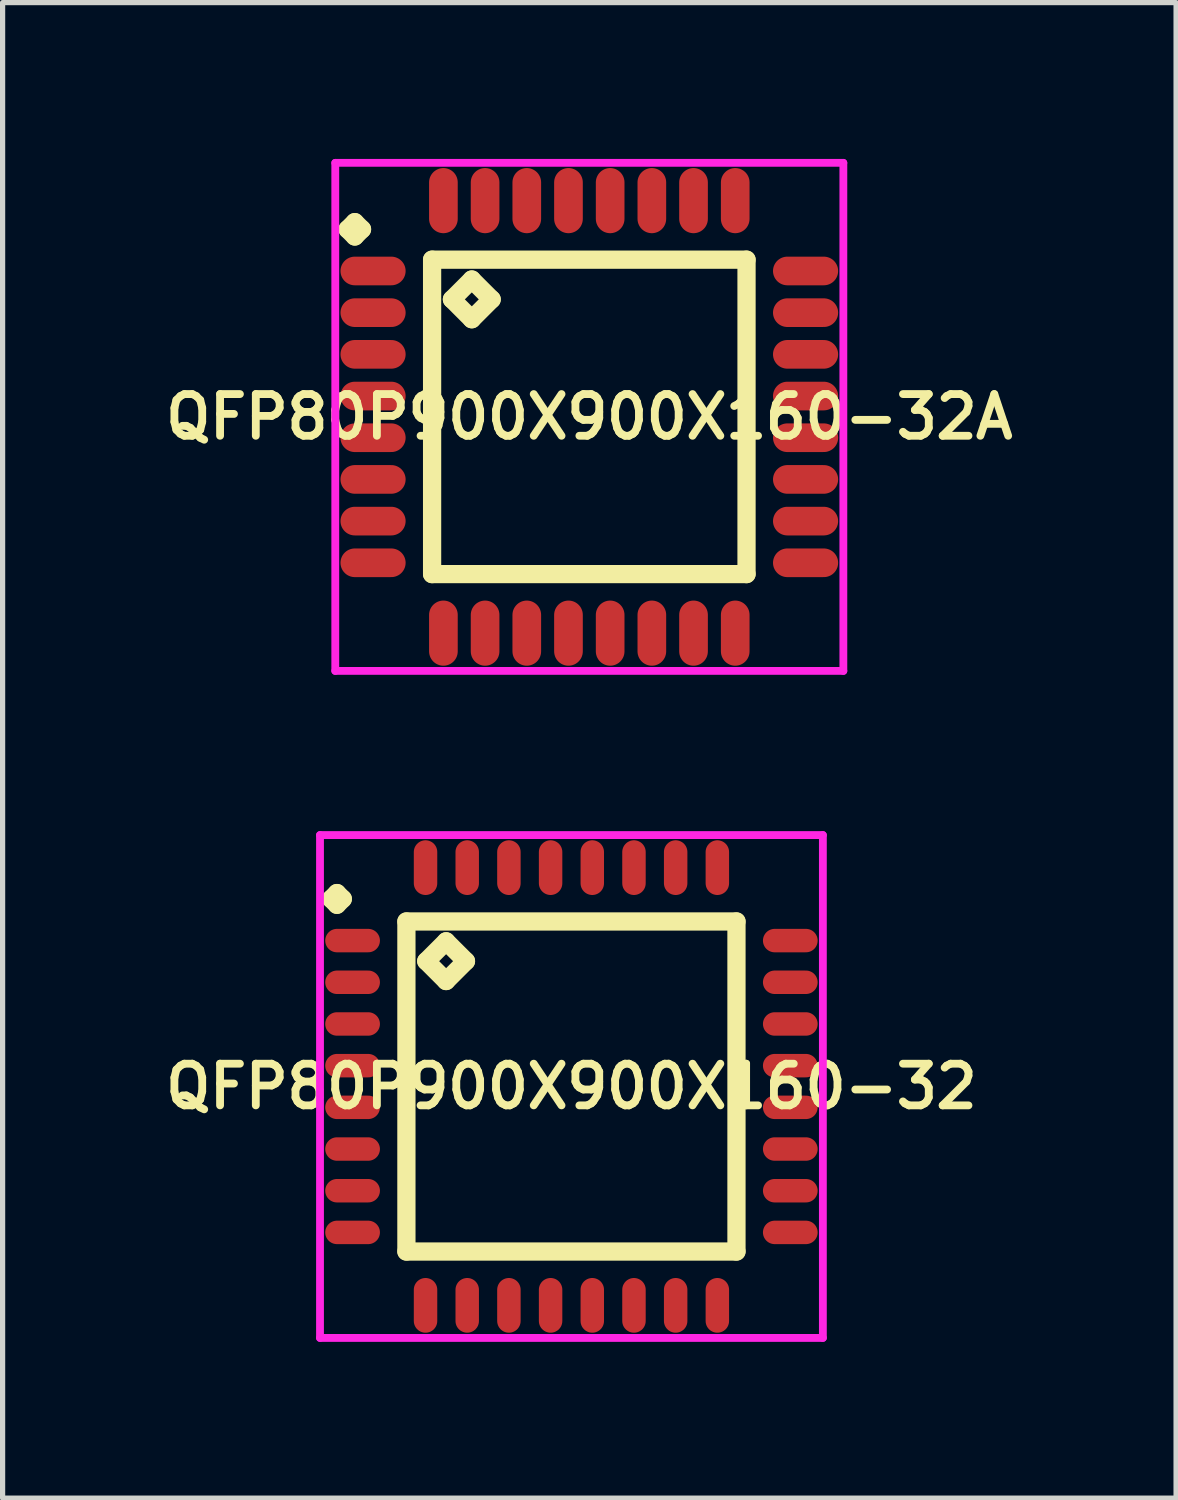
<source format=kicad_pcb>
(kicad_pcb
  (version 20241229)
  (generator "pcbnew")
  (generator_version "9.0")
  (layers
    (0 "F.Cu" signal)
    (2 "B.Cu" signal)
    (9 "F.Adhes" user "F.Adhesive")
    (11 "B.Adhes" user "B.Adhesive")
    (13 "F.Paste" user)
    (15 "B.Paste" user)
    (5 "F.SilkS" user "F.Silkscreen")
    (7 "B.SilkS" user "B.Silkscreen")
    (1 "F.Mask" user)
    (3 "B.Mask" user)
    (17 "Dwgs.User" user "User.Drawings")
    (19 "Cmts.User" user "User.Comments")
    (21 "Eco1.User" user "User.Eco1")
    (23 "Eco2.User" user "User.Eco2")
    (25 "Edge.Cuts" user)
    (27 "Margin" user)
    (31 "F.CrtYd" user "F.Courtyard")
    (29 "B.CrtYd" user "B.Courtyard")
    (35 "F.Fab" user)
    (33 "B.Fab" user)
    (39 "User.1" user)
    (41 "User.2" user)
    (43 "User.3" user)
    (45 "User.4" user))
  (footprint "QFP80P900X900X160-32A"
    (layer "F.Cu")
    (at 8.259 4.95)
    (property "Reference" "QFP80P900X900X160-32A" (at 0 0 0) (layer "F.SilkS") (effects (font (size 0.8 0.8) (thickness 0.15))))
    (attr smd)
    (fp_line (start -4.638 -3.6) (end -4.5 -3.737) (stroke (width 0.35) (type solid)) (layer "F.SilkS"))
    (fp_line (start -4.5 -3.737) (end -4.362 -3.6) (stroke (width 0.35) (type solid)) (layer "F.SilkS"))
    (fp_line (start -4.5 -3.462) (end -4.638 -3.6) (stroke (width 0.35) (type solid)) (layer "F.SilkS"))
    (fp_line (start -4.362 -3.6) (end -4.5 -3.462) (stroke (width 0.35) (type solid)) (layer "F.SilkS"))
    (fp_line (start -3.017 -3.017) (end -3.017 3.017) (stroke (width 0.35) (type solid)) (layer "F.SilkS"))
    (fp_line (start -3.017 3.017) (end 3.017 3.017) (stroke (width 0.35) (type solid)) (layer "F.SilkS"))
    (fp_line (start -2.636 -2.255) (end -2.255 -2.636) (stroke (width 0.35) (type solid)) (layer "F.SilkS"))
    (fp_line (start -2.255 -2.636) (end -1.874 -2.255) (stroke (width 0.35) (type solid)) (layer "F.SilkS"))
    (fp_line (start -2.255 -1.874) (end -2.636 -2.255) (stroke (width 0.35) (type solid)) (layer "F.SilkS"))
    (fp_line (start -1.874 -2.255) (end -2.255 -1.874) (stroke (width 0.35) (type solid)) (layer "F.SilkS"))
    (fp_line (start 3.017 -3.017) (end -3.017 -3.017) (stroke (width 0.35) (type solid)) (layer "F.SilkS"))
    (fp_line (start 3.017 3.017) (end 3.017 -3.017) (stroke (width 0.35) (type solid)) (layer "F.SilkS"))
    (fp_line (start -4.875 -4.875) (end 4.875 -4.875) (stroke (width 0.15) (type solid)) (layer "F.CrtYd"))
    (fp_line (start -4.875 4.875) (end -4.875 -4.875) (stroke (width 0.15) (type solid)) (layer "F.CrtYd"))
    (fp_line (start 4.875 -4.875) (end 4.875 4.875) (stroke (width 0.15) (type solid)) (layer "F.CrtYd"))
    (fp_line (start 4.875 4.875) (end -4.875 4.875) (stroke (width 0.15) (type solid)) (layer "F.CrtYd"))
    (pad "1" smd oval (at -4.15 -2.8) (size 1.25 0.55) (layers "F.Cu" "F.Mask" "F.Paste"))
    (pad "2" smd oval (at -4.15 -2) (size 1.25 0.55) (layers "F.Cu" "F.Mask" "F.Paste"))
    (pad "3" smd oval (at -4.15 -1.2) (size 1.25 0.55) (layers "F.Cu" "F.Mask" "F.Paste"))
    (pad "4" smd oval (at -4.15 -0.4) (size 1.25 0.55) (layers "F.Cu" "F.Mask" "F.Paste"))
    (pad "5" smd oval (at -4.15 0.4) (size 1.25 0.55) (layers "F.Cu" "F.Mask" "F.Paste"))
    (pad "6" smd oval (at -4.15 1.2) (size 1.25 0.55) (layers "F.Cu" "F.Mask" "F.Paste"))
    (pad "7" smd oval (at -4.15 2) (size 1.25 0.55) (layers "F.Cu" "F.Mask" "F.Paste"))
    (pad "8" smd oval (at -4.15 2.8) (size 1.25 0.55) (layers "F.Cu" "F.Mask" "F.Paste"))
    (pad "9" smd oval (at -2.8 4.15) (size 0.55 1.25) (layers "F.Cu" "F.Mask" "F.Paste"))
    (pad "10" smd oval (at -2 4.15) (size 0.55 1.25) (layers "F.Cu" "F.Mask" "F.Paste"))
    (pad "11" smd oval (at -1.2 4.15) (size 0.55 1.25) (layers "F.Cu" "F.Mask" "F.Paste"))
    (pad "12" smd oval (at -0.4 4.15) (size 0.55 1.25) (layers "F.Cu" "F.Mask" "F.Paste"))
    (pad "13" smd oval (at 0.4 4.15) (size 0.55 1.25) (layers "F.Cu" "F.Mask" "F.Paste"))
    (pad "14" smd oval (at 1.2 4.15) (size 0.55 1.25) (layers "F.Cu" "F.Mask" "F.Paste"))
    (pad "15" smd oval (at 2 4.15) (size 0.55 1.25) (layers "F.Cu" "F.Mask" "F.Paste"))
    (pad "16" smd oval (at 2.8 4.15) (size 0.55 1.25) (layers "F.Cu" "F.Mask" "F.Paste"))
    (pad "17" smd oval (at 4.15 2.8) (size 1.25 0.55) (layers "F.Cu" "F.Mask" "F.Paste"))
    (pad "18" smd oval (at 4.15 2) (size 1.25 0.55) (layers "F.Cu" "F.Mask" "F.Paste"))
    (pad "19" smd oval (at 4.15 1.2) (size 1.25 0.55) (layers "F.Cu" "F.Mask" "F.Paste"))
    (pad "20" smd oval (at 4.15 0.4) (size 1.25 0.55) (layers "F.Cu" "F.Mask" "F.Paste"))
    (pad "21" smd oval (at 4.15 -0.4) (size 1.25 0.55) (layers "F.Cu" "F.Mask" "F.Paste"))
    (pad "22" smd oval (at 4.15 -1.2) (size 1.25 0.55) (layers "F.Cu" "F.Mask" "F.Paste"))
    (pad "23" smd oval (at 4.15 -2) (size 1.25 0.55) (layers "F.Cu" "F.Mask" "F.Paste"))
    (pad "24" smd oval (at 4.15 -2.8) (size 1.25 0.55) (layers "F.Cu" "F.Mask" "F.Paste"))
    (pad "25" smd oval (at 2.8 -4.15) (size 0.55 1.25) (layers "F.Cu" "F.Mask" "F.Paste"))
    (pad "26" smd oval (at 2 -4.15) (size 0.55 1.25) (layers "F.Cu" "F.Mask" "F.Paste"))
    (pad "27" smd oval (at 1.2 -4.15) (size 0.55 1.25) (layers "F.Cu" "F.Mask" "F.Paste"))
    (pad "28" smd oval (at 0.4 -4.15) (size 0.55 1.25) (layers "F.Cu" "F.Mask" "F.Paste"))
    (pad "29" smd oval (at -0.4 -4.15) (size 0.55 1.25) (layers "F.Cu" "F.Mask" "F.Paste"))
    (pad "30" smd oval (at -1.2 -4.15) (size 0.55 1.25) (layers "F.Cu" "F.Mask" "F.Paste"))
    (pad "31" smd oval (at -2 -4.15) (size 0.55 1.25) (layers "F.Cu" "F.Mask" "F.Paste"))
    (pad "32" smd oval (at -2.8 -4.15) (size 0.55 1.25) (layers "F.Cu" "F.Mask" "F.Paste")))
  (footprint "QFP80P900X900X160-32"
    (layer "F.Cu")
    (at 7.916 17.8)
    (property "Reference" "QFP80P900X900X160-32" (at 0 0 0) (layer "F.SilkS") (effects (font (size 0.8 0.8) (thickness 0.15))))
    (attr smd)
    (fp_line (start -4.612 -3.6) (end -4.5 -3.712) (stroke (width 0.35) (type solid)) (layer "F.SilkS"))
    (fp_line (start -4.5 -3.712) (end -4.388 -3.6) (stroke (width 0.35) (type solid)) (layer "F.SilkS"))
    (fp_line (start -4.5 -3.487) (end -4.612 -3.6) (stroke (width 0.35) (type solid)) (layer "F.SilkS"))
    (fp_line (start -4.388 -3.6) (end -4.5 -3.487) (stroke (width 0.35) (type solid)) (layer "F.SilkS"))
    (fp_line (start -3.167 -3.167) (end -3.167 3.167) (stroke (width 0.35) (type solid)) (layer "F.SilkS"))
    (fp_line (start -3.167 3.167) (end 3.167 3.167) (stroke (width 0.35) (type solid)) (layer "F.SilkS"))
    (fp_line (start -2.786 -2.405) (end -2.405 -2.786) (stroke (width 0.35) (type solid)) (layer "F.SilkS"))
    (fp_line (start -2.405 -2.786) (end -2.024 -2.405) (stroke (width 0.35) (type solid)) (layer "F.SilkS"))
    (fp_line (start -2.405 -2.024) (end -2.786 -2.405) (stroke (width 0.35) (type solid)) (layer "F.SilkS"))
    (fp_line (start -2.024 -2.405) (end -2.405 -2.024) (stroke (width 0.35) (type solid)) (layer "F.SilkS"))
    (fp_line (start 3.167 -3.167) (end -3.167 -3.167) (stroke (width 0.35) (type solid)) (layer "F.SilkS"))
    (fp_line (start 3.167 3.167) (end 3.167 -3.167) (stroke (width 0.35) (type solid)) (layer "F.SilkS"))
    (fp_line (start -4.825 -4.825) (end 4.825 -4.825) (stroke (width 0.15) (type solid)) (layer "F.CrtYd"))
    (fp_line (start -4.825 4.825) (end -4.825 -4.825) (stroke (width 0.15) (type solid)) (layer "F.CrtYd"))
    (fp_line (start 4.825 -4.825) (end 4.825 4.825) (stroke (width 0.15) (type solid)) (layer "F.CrtYd"))
    (fp_line (start 4.825 4.825) (end -4.825 4.825) (stroke (width 0.15) (type solid)) (layer "F.CrtYd"))
    (pad "1" smd oval (at -4.2 -2.8) (size 1.05 0.45) (layers "F.Cu" "F.Mask" "F.Paste"))
    (pad "2" smd oval (at -4.2 -2) (size 1.05 0.45) (layers "F.Cu" "F.Mask" "F.Paste"))
    (pad "3" smd oval (at -4.2 -1.2) (size 1.05 0.45) (layers "F.Cu" "F.Mask" "F.Paste"))
    (pad "4" smd oval (at -4.2 -0.4) (size 1.05 0.45) (layers "F.Cu" "F.Mask" "F.Paste"))
    (pad "5" smd oval (at -4.2 0.4) (size 1.05 0.45) (layers "F.Cu" "F.Mask" "F.Paste"))
    (pad "6" smd oval (at -4.2 1.2) (size 1.05 0.45) (layers "F.Cu" "F.Mask" "F.Paste"))
    (pad "7" smd oval (at -4.2 2) (size 1.05 0.45) (layers "F.Cu" "F.Mask" "F.Paste"))
    (pad "8" smd oval (at -4.2 2.8) (size 1.05 0.45) (layers "F.Cu" "F.Mask" "F.Paste"))
    (pad "9" smd oval (at -2.8 4.2) (size 0.45 1.05) (layers "F.Cu" "F.Mask" "F.Paste"))
    (pad "10" smd oval (at -2 4.2) (size 0.45 1.05) (layers "F.Cu" "F.Mask" "F.Paste"))
    (pad "11" smd oval (at -1.2 4.2) (size 0.45 1.05) (layers "F.Cu" "F.Mask" "F.Paste"))
    (pad "12" smd oval (at -0.4 4.2) (size 0.45 1.05) (layers "F.Cu" "F.Mask" "F.Paste"))
    (pad "13" smd oval (at 0.4 4.2) (size 0.45 1.05) (layers "F.Cu" "F.Mask" "F.Paste"))
    (pad "14" smd oval (at 1.2 4.2) (size 0.45 1.05) (layers "F.Cu" "F.Mask" "F.Paste"))
    (pad "15" smd oval (at 2 4.2) (size 0.45 1.05) (layers "F.Cu" "F.Mask" "F.Paste"))
    (pad "16" smd oval (at 2.8 4.2) (size 0.45 1.05) (layers "F.Cu" "F.Mask" "F.Paste"))
    (pad "17" smd oval (at 4.2 2.8) (size 1.05 0.45) (layers "F.Cu" "F.Mask" "F.Paste"))
    (pad "18" smd oval (at 4.2 2) (size 1.05 0.45) (layers "F.Cu" "F.Mask" "F.Paste"))
    (pad "19" smd oval (at 4.2 1.2) (size 1.05 0.45) (layers "F.Cu" "F.Mask" "F.Paste"))
    (pad "20" smd oval (at 4.2 0.4) (size 1.05 0.45) (layers "F.Cu" "F.Mask" "F.Paste"))
    (pad "21" smd oval (at 4.2 -0.4) (size 1.05 0.45) (layers "F.Cu" "F.Mask" "F.Paste"))
    (pad "22" smd oval (at 4.2 -1.2) (size 1.05 0.45) (layers "F.Cu" "F.Mask" "F.Paste"))
    (pad "23" smd oval (at 4.2 -2) (size 1.05 0.45) (layers "F.Cu" "F.Mask" "F.Paste"))
    (pad "24" smd oval (at 4.2 -2.8) (size 1.05 0.45) (layers "F.Cu" "F.Mask" "F.Paste"))
    (pad "25" smd oval (at 2.8 -4.2) (size 0.45 1.05) (layers "F.Cu" "F.Mask" "F.Paste"))
    (pad "26" smd oval (at 2 -4.2) (size 0.45 1.05) (layers "F.Cu" "F.Mask" "F.Paste"))
    (pad "27" smd oval (at 1.2 -4.2) (size 0.45 1.05) (layers "F.Cu" "F.Mask" "F.Paste"))
    (pad "28" smd oval (at 0.4 -4.2) (size 0.45 1.05) (layers "F.Cu" "F.Mask" "F.Paste"))
    (pad "29" smd oval (at -0.4 -4.2) (size 0.45 1.05) (layers "F.Cu" "F.Mask" "F.Paste"))
    (pad "30" smd oval (at -1.2 -4.2) (size 0.45 1.05) (layers "F.Cu" "F.Mask" "F.Paste"))
    (pad "31" smd oval (at -2 -4.2) (size 0.45 1.05) (layers "F.Cu" "F.Mask" "F.Paste"))
    (pad "32" smd oval (at -2.8 -4.2) (size 0.45 1.05) (layers "F.Cu" "F.Mask" "F.Paste")))
  (gr_rect
    (start -3 -3)
    (end 19.519 25.7)
    (stroke (width 0.1) (type default))
    (fill no)
    (layer "Edge.Cuts")))
</source>
